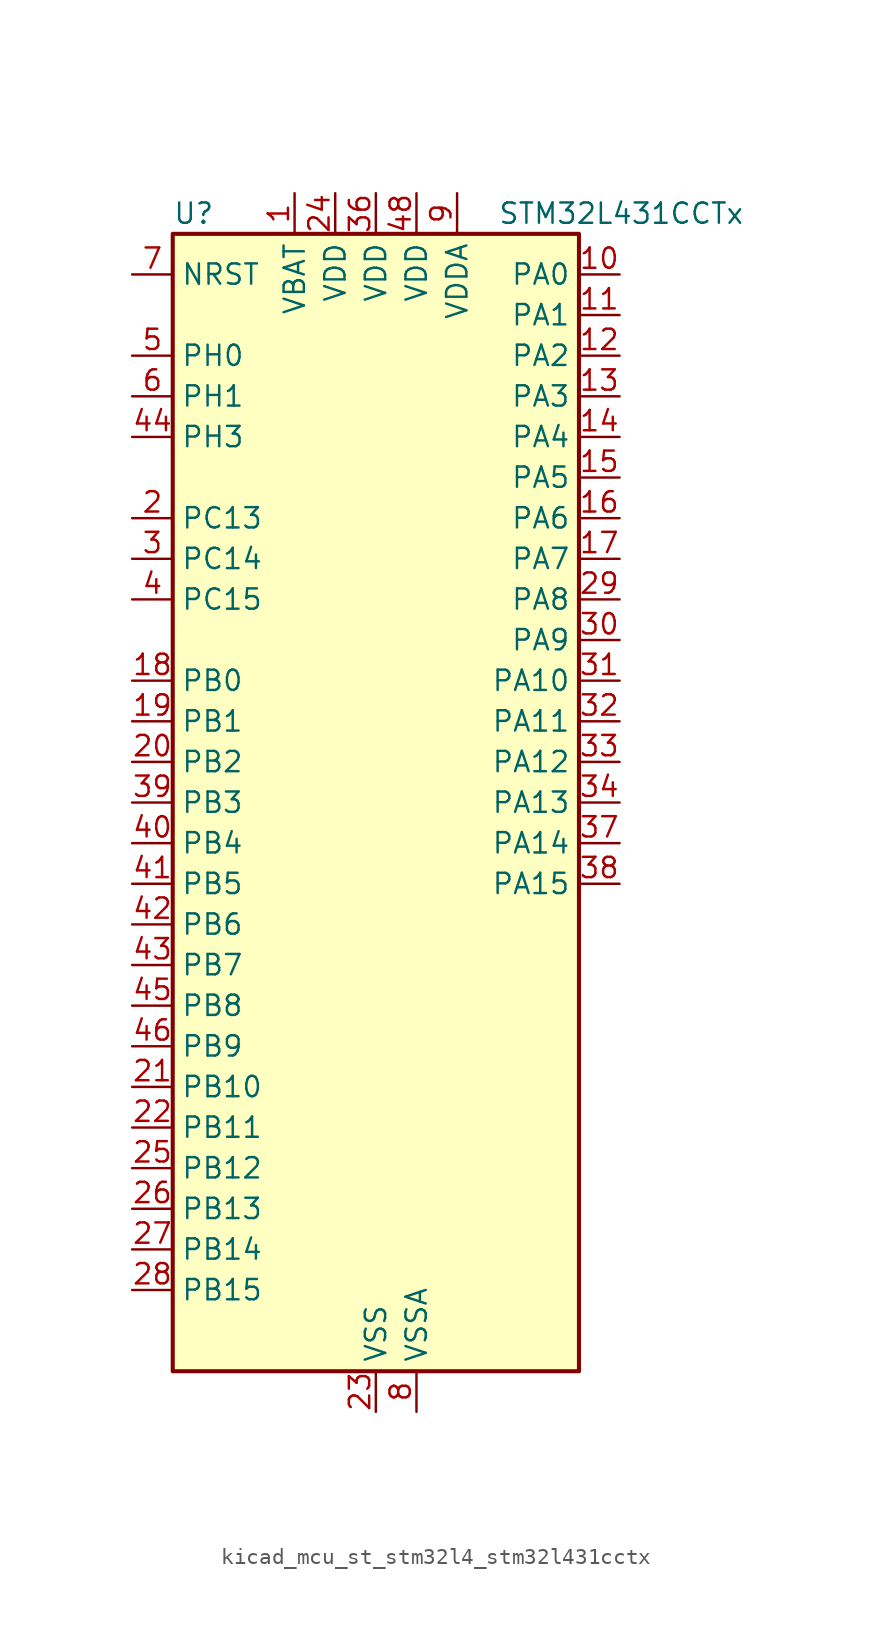
<source format=kicad_sym>
(kicad_symbol_lib
  (version 20220914)
  (generator kicad_symbol_editor)
  (symbol "kicad_mcu_st_stm32l4_stm32l431cctx"
    (property "Reference" "U"
      (at -12.7 36.83 0)
      (effects (font (size 1.27 1.27)) (justify left)))
    (property "Value" "STM32L431CCTx"
      (at 7.62 36.83 0)
      (effects (font (size 1.27 1.27)) (justify left)))
    (property "ki_locked" ""
      (at 0 0 0)
      (effects (font (size 1.27 1.27))))
    (symbol "kicad_mcu_st_stm32l4_stm32l431cctx_0_1"
      (rectangle (start -12.7 -35.56) (end 12.7 35.56) (stroke (width 0.254) (type default)) (fill (type background))))
    (symbol "kicad_mcu_st_stm32l4_stm32l431cctx_1_1"
      (pin power_in line (at -5.08 38.1 270) (length 2.54) (name "VBAT" (effects (font (size 1.27 1.27)))) (number "1" (effects (font (size 1.27 1.27)))))
      (pin bidirectional line (at 15.24 33.02 180) (length 2.54) (name "PA0" (effects (font (size 1.27 1.27)))) (number "10" (effects (font (size 1.27 1.27)))) (alternate "ADC1_IN5" bidirectional line) (alternate "COMP1_INM" bidirectional line) (alternate "COMP1_OUT" bidirectional line) (alternate "OPAMP1_VINP" bidirectional line) (alternate "RTC_TAMP2" bidirectional line) (alternate "SAI1_EXTCLK" bidirectional line) (alternate "SYS_WKUP1" bidirectional line) (alternate "TIM2_CH1" bidirectional line) (alternate "TIM2_ETR" bidirectional line) (alternate "USART2_CTS" bidirectional line))
      (pin bidirectional line (at 15.24 30.48 180) (length 2.54) (name "PA1" (effects (font (size 1.27 1.27)))) (number "11" (effects (font (size 1.27 1.27)))) (alternate "ADC1_IN6" bidirectional line) (alternate "COMP1_INP" bidirectional line) (alternate "I2C1_SMBA" bidirectional line) (alternate "OPAMP1_VINM" bidirectional line) (alternate "SPI1_SCK" bidirectional line) (alternate "TIM15_CH1N" bidirectional line) (alternate "TIM2_CH2" bidirectional line) (alternate "USART2_DE" bidirectional line) (alternate "USART2_RTS" bidirectional line))
      (pin bidirectional line (at 15.24 27.94 180) (length 2.54) (name "PA2" (effects (font (size 1.27 1.27)))) (number "12" (effects (font (size 1.27 1.27)))) (alternate "ADC1_IN7" bidirectional line) (alternate "COMP2_INM" bidirectional line) (alternate "COMP2_OUT" bidirectional line) (alternate "LPUART1_TX" bidirectional line) (alternate "QUADSPI_BK1_NCS" bidirectional line) (alternate "RCC_LSCO" bidirectional line) (alternate "SYS_WKUP4" bidirectional line) (alternate "TIM15_CH1" bidirectional line) (alternate "TIM2_CH3" bidirectional line) (alternate "USART2_TX" bidirectional line))
      (pin bidirectional line (at 15.24 25.4 180) (length 2.54) (name "PA3" (effects (font (size 1.27 1.27)))) (number "13" (effects (font (size 1.27 1.27)))) (alternate "ADC1_IN8" bidirectional line) (alternate "COMP2_INP" bidirectional line) (alternate "LPUART1_RX" bidirectional line) (alternate "OPAMP1_VOUT" bidirectional line) (alternate "QUADSPI_CLK" bidirectional line) (alternate "SAI1_MCLK_A" bidirectional line) (alternate "TIM15_CH2" bidirectional line) (alternate "TIM2_CH4" bidirectional line) (alternate "USART2_RX" bidirectional line))
      (pin bidirectional line (at 15.24 22.86 180) (length 2.54) (name "PA4" (effects (font (size 1.27 1.27)))) (number "14" (effects (font (size 1.27 1.27)))) (alternate "ADC1_IN9" bidirectional line) (alternate "COMP1_INM" bidirectional line) (alternate "COMP2_INM" bidirectional line) (alternate "DAC1_OUT1" bidirectional line) (alternate "LPTIM2_OUT" bidirectional line) (alternate "SAI1_FS_B" bidirectional line) (alternate "SPI1_NSS" bidirectional line) (alternate "SPI3_NSS" bidirectional line) (alternate "USART2_CK" bidirectional line))
      (pin bidirectional line (at 15.24 20.32 180) (length 2.54) (name "PA5" (effects (font (size 1.27 1.27)))) (number "15" (effects (font (size 1.27 1.27)))) (alternate "ADC1_IN10" bidirectional line) (alternate "COMP1_INM" bidirectional line) (alternate "COMP2_INM" bidirectional line) (alternate "DAC1_OUT2" bidirectional line) (alternate "LPTIM2_ETR" bidirectional line) (alternate "SPI1_SCK" bidirectional line) (alternate "TIM2_CH1" bidirectional line) (alternate "TIM2_ETR" bidirectional line))
      (pin bidirectional line (at 15.24 17.78 180) (length 2.54) (name "PA6" (effects (font (size 1.27 1.27)))) (number "16" (effects (font (size 1.27 1.27)))) (alternate "ADC1_IN11" bidirectional line) (alternate "COMP1_OUT" bidirectional line) (alternate "LPUART1_CTS" bidirectional line) (alternate "QUADSPI_BK1_IO3" bidirectional line) (alternate "SPI1_MISO" bidirectional line) (alternate "TIM16_CH1" bidirectional line) (alternate "TIM1_BKIN" bidirectional line) (alternate "TIM1_BKIN_COMP2" bidirectional line) (alternate "USART3_CTS" bidirectional line))
      (pin bidirectional line (at 15.24 15.24 180) (length 2.54) (name "PA7" (effects (font (size 1.27 1.27)))) (number "17" (effects (font (size 1.27 1.27)))) (alternate "ADC1_IN12" bidirectional line) (alternate "COMP2_OUT" bidirectional line) (alternate "I2C3_SCL" bidirectional line) (alternate "QUADSPI_BK1_IO2" bidirectional line) (alternate "SPI1_MOSI" bidirectional line) (alternate "TIM1_CH1N" bidirectional line))
      (pin bidirectional line (at -15.24 7.62 0) (length 2.54) (name "PB0" (effects (font (size 1.27 1.27)))) (number "18" (effects (font (size 1.27 1.27)))) (alternate "ADC1_IN15" bidirectional line) (alternate "COMP1_OUT" bidirectional line) (alternate "QUADSPI_BK1_IO1" bidirectional line) (alternate "SAI1_EXTCLK" bidirectional line) (alternate "SPI1_NSS" bidirectional line) (alternate "TIM1_CH2N" bidirectional line) (alternate "USART3_CK" bidirectional line))
      (pin bidirectional line (at -15.24 5.08 0) (length 2.54) (name "PB1" (effects (font (size 1.27 1.27)))) (number "19" (effects (font (size 1.27 1.27)))) (alternate "ADC1_IN16" bidirectional line) (alternate "COMP1_INM" bidirectional line) (alternate "LPTIM2_IN1" bidirectional line) (alternate "LPUART1_DE" bidirectional line) (alternate "LPUART1_RTS" bidirectional line) (alternate "QUADSPI_BK1_IO0" bidirectional line) (alternate "TIM1_CH3N" bidirectional line) (alternate "USART3_DE" bidirectional line) (alternate "USART3_RTS" bidirectional line))
      (pin bidirectional line (at -15.24 17.78 0) (length 2.54) (name "PC13" (effects (font (size 1.27 1.27)))) (number "2" (effects (font (size 1.27 1.27)))) (alternate "RTC_OUT_ALARM" bidirectional line) (alternate "RTC_OUT_CALIB" bidirectional line) (alternate "RTC_TAMP1" bidirectional line) (alternate "RTC_TS" bidirectional line) (alternate "SYS_WKUP2" bidirectional line))
      (pin bidirectional line (at -15.24 2.54 0) (length 2.54) (name "PB2" (effects (font (size 1.27 1.27)))) (number "20" (effects (font (size 1.27 1.27)))) (alternate "COMP1_INP" bidirectional line) (alternate "I2C3_SMBA" bidirectional line) (alternate "LPTIM1_OUT" bidirectional line) (alternate "RTC_OUT_ALARM" bidirectional line) (alternate "RTC_OUT_CALIB" bidirectional line))
      (pin bidirectional line (at -15.24 -17.78 0) (length 2.54) (name "PB10" (effects (font (size 1.27 1.27)))) (number "21" (effects (font (size 1.27 1.27)))) (alternate "COMP1_OUT" bidirectional line) (alternate "I2C2_SCL" bidirectional line) (alternate "LPUART1_RX" bidirectional line) (alternate "QUADSPI_CLK" bidirectional line) (alternate "SAI1_SCK_A" bidirectional line) (alternate "SPI2_SCK" bidirectional line) (alternate "TIM2_CH3" bidirectional line) (alternate "TSC_SYNC" bidirectional line) (alternate "USART3_TX" bidirectional line))
      (pin bidirectional line (at -15.24 -20.32 0) (length 2.54) (name "PB11" (effects (font (size 1.27 1.27)))) (number "22" (effects (font (size 1.27 1.27)))) (alternate "ADC1_EXTI11" bidirectional line) (alternate "COMP2_OUT" bidirectional line) (alternate "I2C2_SDA" bidirectional line) (alternate "LPUART1_TX" bidirectional line) (alternate "QUADSPI_BK1_NCS" bidirectional line) (alternate "TIM2_CH4" bidirectional line) (alternate "USART3_RX" bidirectional line))
      (pin power_in line (at 0 -38.1 90) (length 2.54) (name "VSS" (effects (font (size 1.27 1.27)))) (number "23" (effects (font (size 1.27 1.27)))))
      (pin power_in line (at -2.54 38.1 270) (length 2.54) (name "VDD" (effects (font (size 1.27 1.27)))) (number "24" (effects (font (size 1.27 1.27)))))
      (pin bidirectional line (at -15.24 -22.86 0) (length 2.54) (name "PB12" (effects (font (size 1.27 1.27)))) (number "25" (effects (font (size 1.27 1.27)))) (alternate "I2C2_SMBA" bidirectional line) (alternate "LPUART1_DE" bidirectional line) (alternate "LPUART1_RTS" bidirectional line) (alternate "SAI1_FS_A" bidirectional line) (alternate "SPI2_NSS" bidirectional line) (alternate "SWPMI1_IO" bidirectional line) (alternate "TIM15_BKIN" bidirectional line) (alternate "TIM1_BKIN" bidirectional line) (alternate "TIM1_BKIN_COMP2" bidirectional line) (alternate "TSC_G1_IO1" bidirectional line) (alternate "USART3_CK" bidirectional line))
      (pin bidirectional line (at -15.24 -25.4 0) (length 2.54) (name "PB13" (effects (font (size 1.27 1.27)))) (number "26" (effects (font (size 1.27 1.27)))) (alternate "I2C2_SCL" bidirectional line) (alternate "LPUART1_CTS" bidirectional line) (alternate "SAI1_SCK_A" bidirectional line) (alternate "SPI2_SCK" bidirectional line) (alternate "SWPMI1_TX" bidirectional line) (alternate "TIM15_CH1N" bidirectional line) (alternate "TIM1_CH1N" bidirectional line) (alternate "TSC_G1_IO2" bidirectional line) (alternate "USART3_CTS" bidirectional line))
      (pin bidirectional line (at -15.24 -27.94 0) (length 2.54) (name "PB14" (effects (font (size 1.27 1.27)))) (number "27" (effects (font (size 1.27 1.27)))) (alternate "I2C2_SDA" bidirectional line) (alternate "SAI1_MCLK_A" bidirectional line) (alternate "SPI2_MISO" bidirectional line) (alternate "SWPMI1_RX" bidirectional line) (alternate "TIM15_CH1" bidirectional line) (alternate "TIM1_CH2N" bidirectional line) (alternate "TSC_G1_IO3" bidirectional line) (alternate "USART3_DE" bidirectional line) (alternate "USART3_RTS" bidirectional line))
      (pin bidirectional line (at -15.24 -30.48 0) (length 2.54) (name "PB15" (effects (font (size 1.27 1.27)))) (number "28" (effects (font (size 1.27 1.27)))) (alternate "ADC1_EXTI15" bidirectional line) (alternate "RTC_REFIN" bidirectional line) (alternate "SAI1_SD_A" bidirectional line) (alternate "SPI2_MOSI" bidirectional line) (alternate "SWPMI1_SUSPEND" bidirectional line) (alternate "TIM15_CH2" bidirectional line) (alternate "TIM1_CH3N" bidirectional line) (alternate "TSC_G1_IO4" bidirectional line))
      (pin bidirectional line (at 15.24 12.7 180) (length 2.54) (name "PA8" (effects (font (size 1.27 1.27)))) (number "29" (effects (font (size 1.27 1.27)))) (alternate "LPTIM2_OUT" bidirectional line) (alternate "RCC_MCO" bidirectional line) (alternate "SAI1_SCK_A" bidirectional line) (alternate "SWPMI1_IO" bidirectional line) (alternate "TIM1_CH1" bidirectional line) (alternate "USART1_CK" bidirectional line))
      (pin bidirectional line (at -15.24 15.24 0) (length 2.54) (name "PC14" (effects (font (size 1.27 1.27)))) (number "3" (effects (font (size 1.27 1.27)))) (alternate "RCC_OSC32_IN" bidirectional line))
      (pin bidirectional line (at 15.24 10.16 180) (length 2.54) (name "PA9" (effects (font (size 1.27 1.27)))) (number "30" (effects (font (size 1.27 1.27)))) (alternate "DAC1_EXTI9" bidirectional line) (alternate "I2C1_SCL" bidirectional line) (alternate "SAI1_FS_A" bidirectional line) (alternate "TIM15_BKIN" bidirectional line) (alternate "TIM1_CH2" bidirectional line) (alternate "USART1_TX" bidirectional line))
      (pin bidirectional line (at 15.24 7.62 180) (length 2.54) (name "PA10" (effects (font (size 1.27 1.27)))) (number "31" (effects (font (size 1.27 1.27)))) (alternate "I2C1_SDA" bidirectional line) (alternate "SAI1_SD_A" bidirectional line) (alternate "TIM1_CH3" bidirectional line) (alternate "USART1_RX" bidirectional line))
      (pin bidirectional line (at 15.24 5.08 180) (length 2.54) (name "PA11" (effects (font (size 1.27 1.27)))) (number "32" (effects (font (size 1.27 1.27)))) (alternate "ADC1_EXTI11" bidirectional line) (alternate "CAN1_RX" bidirectional line) (alternate "COMP1_OUT" bidirectional line) (alternate "SPI1_MISO" bidirectional line) (alternate "TIM1_BKIN2" bidirectional line) (alternate "TIM1_BKIN2_COMP1" bidirectional line) (alternate "TIM1_CH4" bidirectional line) (alternate "USART1_CTS" bidirectional line))
      (pin bidirectional line (at 15.24 2.54 180) (length 2.54) (name "PA12" (effects (font (size 1.27 1.27)))) (number "33" (effects (font (size 1.27 1.27)))) (alternate "CAN1_TX" bidirectional line) (alternate "SPI1_MOSI" bidirectional line) (alternate "TIM1_ETR" bidirectional line) (alternate "USART1_DE" bidirectional line) (alternate "USART1_RTS" bidirectional line))
      (pin bidirectional line (at 15.24 0 180) (length 2.54) (name "PA13" (effects (font (size 1.27 1.27)))) (number "34" (effects (font (size 1.27 1.27)))) (alternate "IR_OUT" bidirectional line) (alternate "SAI1_SD_B" bidirectional line) (alternate "SWPMI1_TX" bidirectional line) (alternate "SYS_JTMS-SWDIO" bidirectional line))
      (pin passive line (at 0 -38.1 90) (length 2.54) hide (name "VSS" (effects (font (size 1.27 1.27)))) (number "35" (effects (font (size 1.27 1.27)))))
      (pin power_in line (at 0 38.1 270) (length 2.54) (name "VDD" (effects (font (size 1.27 1.27)))) (number "36" (effects (font (size 1.27 1.27)))))
      (pin bidirectional line (at 15.24 -2.54 180) (length 2.54) (name "PA14" (effects (font (size 1.27 1.27)))) (number "37" (effects (font (size 1.27 1.27)))) (alternate "I2C1_SMBA" bidirectional line) (alternate "LPTIM1_OUT" bidirectional line) (alternate "SAI1_FS_B" bidirectional line) (alternate "SWPMI1_RX" bidirectional line) (alternate "SYS_JTCK-SWCLK" bidirectional line))
      (pin bidirectional line (at 15.24 -5.08 180) (length 2.54) (name "PA15" (effects (font (size 1.27 1.27)))) (number "38" (effects (font (size 1.27 1.27)))) (alternate "ADC1_EXTI15" bidirectional line) (alternate "SPI1_NSS" bidirectional line) (alternate "SPI3_NSS" bidirectional line) (alternate "SWPMI1_SUSPEND" bidirectional line) (alternate "SYS_JTDI" bidirectional line) (alternate "TIM2_CH1" bidirectional line) (alternate "TIM2_ETR" bidirectional line) (alternate "USART2_RX" bidirectional line) (alternate "USART3_DE" bidirectional line) (alternate "USART3_RTS" bidirectional line))
      (pin bidirectional line (at -15.24 0 0) (length 2.54) (name "PB3" (effects (font (size 1.27 1.27)))) (number "39" (effects (font (size 1.27 1.27)))) (alternate "COMP2_INM" bidirectional line) (alternate "SAI1_SCK_B" bidirectional line) (alternate "SPI1_SCK" bidirectional line) (alternate "SPI3_SCK" bidirectional line) (alternate "SYS_JTDO-SWO" bidirectional line) (alternate "TIM2_CH2" bidirectional line) (alternate "USART1_DE" bidirectional line) (alternate "USART1_RTS" bidirectional line))
      (pin bidirectional line (at -15.24 12.7 0) (length 2.54) (name "PC15" (effects (font (size 1.27 1.27)))) (number "4" (effects (font (size 1.27 1.27)))) (alternate "ADC1_EXTI15" bidirectional line) (alternate "RCC_OSC32_OUT" bidirectional line))
      (pin bidirectional line (at -15.24 -2.54 0) (length 2.54) (name "PB4" (effects (font (size 1.27 1.27)))) (number "40" (effects (font (size 1.27 1.27)))) (alternate "COMP2_INP" bidirectional line) (alternate "I2C3_SDA" bidirectional line) (alternate "SAI1_MCLK_B" bidirectional line) (alternate "SPI1_MISO" bidirectional line) (alternate "SPI3_MISO" bidirectional line) (alternate "SYS_JTRST" bidirectional line) (alternate "TSC_G2_IO1" bidirectional line) (alternate "USART1_CTS" bidirectional line))
      (pin bidirectional line (at -15.24 -5.08 0) (length 2.54) (name "PB5" (effects (font (size 1.27 1.27)))) (number "41" (effects (font (size 1.27 1.27)))) (alternate "COMP2_OUT" bidirectional line) (alternate "I2C1_SMBA" bidirectional line) (alternate "LPTIM1_IN1" bidirectional line) (alternate "SAI1_SD_B" bidirectional line) (alternate "SPI1_MOSI" bidirectional line) (alternate "SPI3_MOSI" bidirectional line) (alternate "TIM16_BKIN" bidirectional line) (alternate "TSC_G2_IO2" bidirectional line) (alternate "USART1_CK" bidirectional line))
      (pin bidirectional line (at -15.24 -7.62 0) (length 2.54) (name "PB6" (effects (font (size 1.27 1.27)))) (number "42" (effects (font (size 1.27 1.27)))) (alternate "COMP2_INP" bidirectional line) (alternate "I2C1_SCL" bidirectional line) (alternate "LPTIM1_ETR" bidirectional line) (alternate "SAI1_FS_B" bidirectional line) (alternate "TIM16_CH1N" bidirectional line) (alternate "TSC_G2_IO3" bidirectional line) (alternate "USART1_TX" bidirectional line))
      (pin bidirectional line (at -15.24 -10.16 0) (length 2.54) (name "PB7" (effects (font (size 1.27 1.27)))) (number "43" (effects (font (size 1.27 1.27)))) (alternate "COMP2_INM" bidirectional line) (alternate "I2C1_SDA" bidirectional line) (alternate "LPTIM1_IN2" bidirectional line) (alternate "SYS_PVD_IN" bidirectional line) (alternate "TSC_G2_IO4" bidirectional line) (alternate "USART1_RX" bidirectional line))
      (pin bidirectional line (at -15.24 22.86 0) (length 2.54) (name "PH3" (effects (font (size 1.27 1.27)))) (number "44" (effects (font (size 1.27 1.27)))))
      (pin bidirectional line (at -15.24 -12.7 0) (length 2.54) (name "PB8" (effects (font (size 1.27 1.27)))) (number "45" (effects (font (size 1.27 1.27)))) (alternate "CAN1_RX" bidirectional line) (alternate "I2C1_SCL" bidirectional line) (alternate "SAI1_MCLK_A" bidirectional line) (alternate "TIM16_CH1" bidirectional line))
      (pin bidirectional line (at -15.24 -15.24 0) (length 2.54) (name "PB9" (effects (font (size 1.27 1.27)))) (number "46" (effects (font (size 1.27 1.27)))) (alternate "CAN1_TX" bidirectional line) (alternate "DAC1_EXTI9" bidirectional line) (alternate "I2C1_SDA" bidirectional line) (alternate "IR_OUT" bidirectional line) (alternate "SAI1_FS_A" bidirectional line) (alternate "SPI2_NSS" bidirectional line))
      (pin passive line (at 0 -38.1 90) (length 2.54) hide (name "VSS" (effects (font (size 1.27 1.27)))) (number "47" (effects (font (size 1.27 1.27)))))
      (pin power_in line (at 2.54 38.1 270) (length 2.54) (name "VDD" (effects (font (size 1.27 1.27)))) (number "48" (effects (font (size 1.27 1.27)))))
      (pin bidirectional line (at -15.24 27.94 0) (length 2.54) (name "PH0" (effects (font (size 1.27 1.27)))) (number "5" (effects (font (size 1.27 1.27)))) (alternate "RCC_OSC_IN" bidirectional line))
      (pin bidirectional line (at -15.24 25.4 0) (length 2.54) (name "PH1" (effects (font (size 1.27 1.27)))) (number "6" (effects (font (size 1.27 1.27)))) (alternate "RCC_OSC_OUT" bidirectional line))
      (pin input line (at -15.24 33.02 0) (length 2.54) (name "NRST" (effects (font (size 1.27 1.27)))) (number "7" (effects (font (size 1.27 1.27)))))
      (pin power_in line (at 2.54 -38.1 90) (length 2.54) (name "VSSA" (effects (font (size 1.27 1.27)))) (number "8" (effects (font (size 1.27 1.27)))))
      (pin power_in line (at 5.08 38.1 270) (length 2.54) (name "VDDA" (effects (font (size 1.27 1.27)))) (number "9" (effects (font (size 1.27 1.27))))))))
</source>
